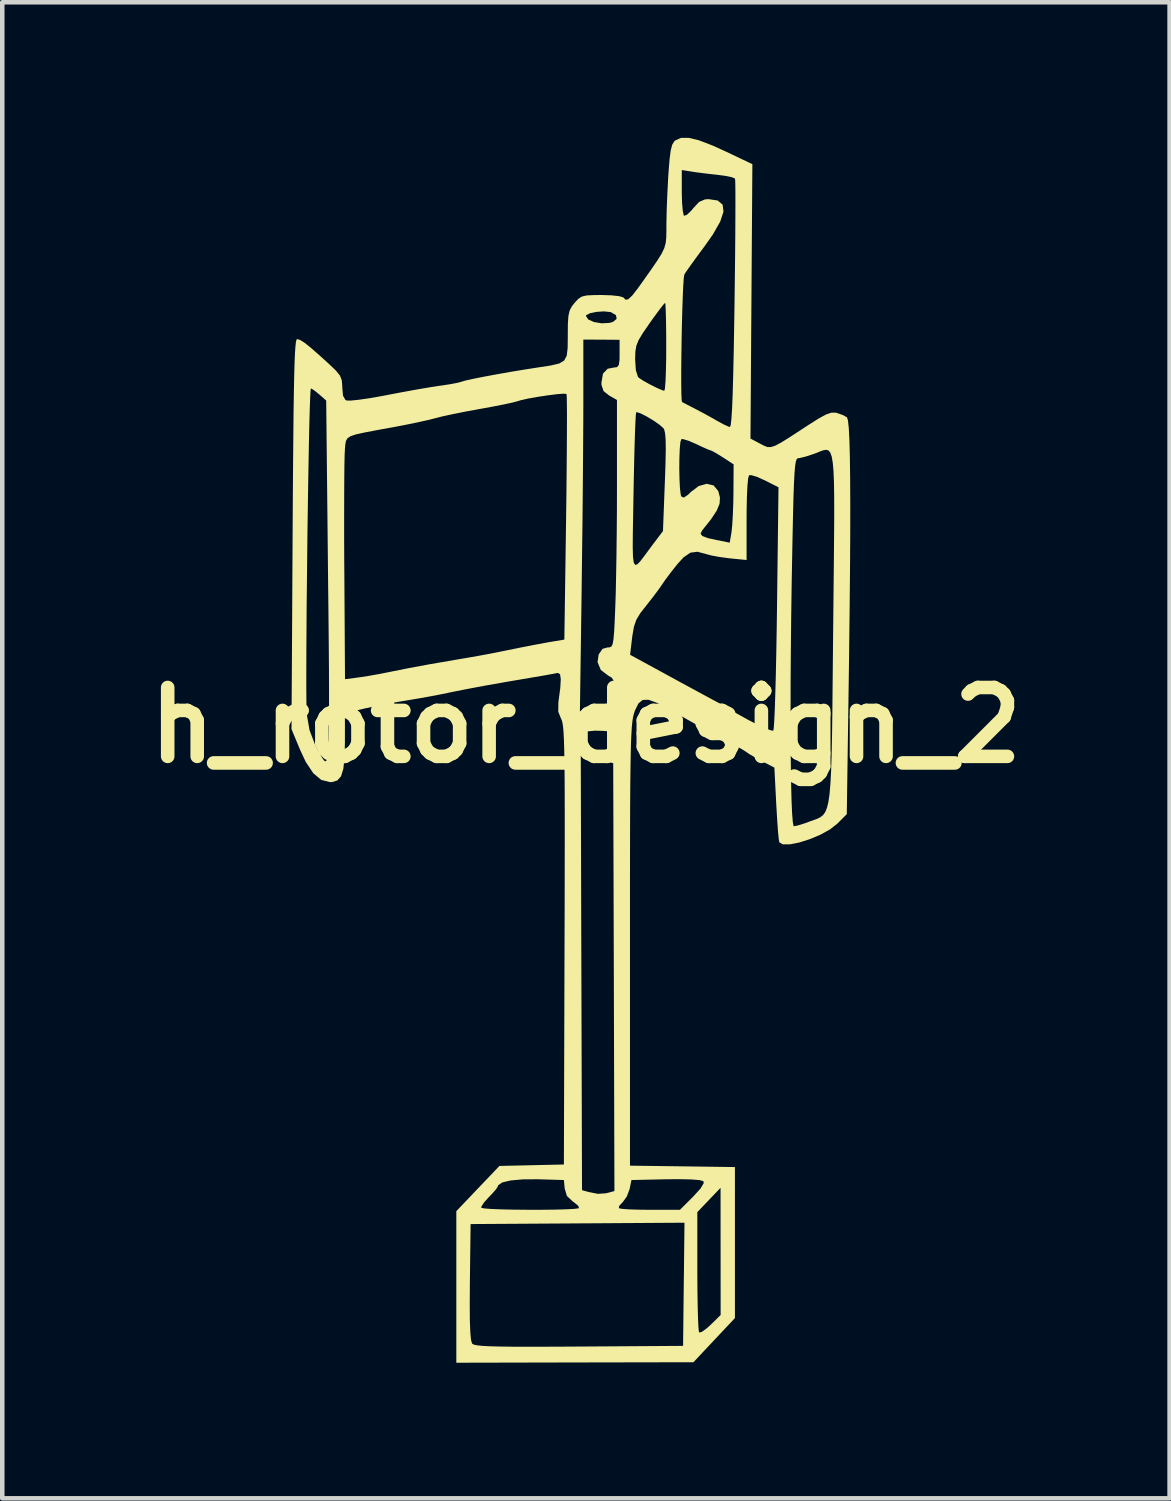
<source format=kicad_pcb>
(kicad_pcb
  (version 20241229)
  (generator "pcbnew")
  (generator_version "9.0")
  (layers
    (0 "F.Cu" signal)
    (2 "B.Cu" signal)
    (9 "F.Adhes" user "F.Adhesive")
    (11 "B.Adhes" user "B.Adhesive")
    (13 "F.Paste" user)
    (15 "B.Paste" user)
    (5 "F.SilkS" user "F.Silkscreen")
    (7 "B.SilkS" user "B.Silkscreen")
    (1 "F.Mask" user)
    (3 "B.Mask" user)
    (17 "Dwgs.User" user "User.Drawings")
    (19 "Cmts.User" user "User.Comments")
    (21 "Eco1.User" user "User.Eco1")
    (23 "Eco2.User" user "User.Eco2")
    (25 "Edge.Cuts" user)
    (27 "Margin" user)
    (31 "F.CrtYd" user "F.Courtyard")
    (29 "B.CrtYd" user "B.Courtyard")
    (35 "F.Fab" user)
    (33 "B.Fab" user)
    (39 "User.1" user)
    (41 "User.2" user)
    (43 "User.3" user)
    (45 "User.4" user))
  (footprint "h_rotor_design_2"
    (layer "F.Cu")
    (at 9.913 12.995)
    (property "Reference" "h_rotor_design_2" (at 0 0 0) (layer "F.SilkS") (effects (font (size 1.524 1.524) (thickness 0.3))))
    (attr board_only exclude_from_pos_files exclude_from_bom)
    (fp_poly (pts (xy 2.504 -12.94) (xy 2.803 -12.825) (xy 3.096 -12.692) (xy 3.683 -12.413) (xy 3.641 -6.342) (xy 3.858 -6.227) (xy 3.945 -6.182) (xy 4.017 -6.154) (xy 4.091 -6.153) (xy 4.185 -6.183) (xy 4.315 -6.251) (xy 4.499 -6.365) (xy 4.753 -6.531) (xy 4.918 -6.639) (xy 5.15 -6.786) (xy 5.314 -6.875) (xy 5.432 -6.915) (xy 5.526 -6.915) (xy 5.548 -6.91) (xy 5.691 -6.86) (xy 5.776 -6.811) (xy 5.798 -6.743) (xy 5.816 -6.575) (xy 5.83 -6.307) (xy 5.84 -5.936) (xy 5.846 -5.462) (xy 5.849 -4.882) (xy 5.848 -4.194) (xy 5.843 -3.399) (xy 5.834 -2.493) (xy 5.822 -1.475) (xy 5.81 -0.631) (xy 5.772 1.968) (xy 5.559 2.181) (xy 5.4 2.306) (xy 5.189 2.422) (xy 4.954 2.521) (xy 4.72 2.595) (xy 4.512 2.636) (xy 4.355 2.635) (xy 4.28 2.593) (xy 4.267 2.523) (xy 4.251 2.36) (xy 4.234 2.126) (xy 4.217 1.844) (xy 4.211 1.743) (xy 4.17 0.938) (xy 3.906 0.802) (xy 3.735 0.71) (xy 3.599 0.628) (xy 3.555 0.597) (xy 3.468 0.541) (xy 3.307 0.448) (xy 3.1 0.335) (xy 2.994 0.279) (xy 2.764 0.157) (xy 2.556 0.046) (xy 2.403 -0.037) (xy 2.363 -0.059) (xy 2.235 -0.131) (xy 2.048 -0.237) (xy 1.839 -0.355) (xy 1.829 -0.36) (xy 1.57 -0.496) (xy 1.385 -0.563) (xy 1.256 -0.559) (xy 1.163 -0.483) (xy 1.088 -0.332) (xy 1.074 -0.293) (xy 1.057 -0.237) (xy 1.041 -0.168) (xy 1.028 -0.08) (xy 1.016 0.035) (xy 1.007 0.185) (xy 0.998 0.377) (xy 0.992 0.619) (xy 0.987 0.919) (xy 0.982 1.283) (xy 0.979 1.72) (xy 0.977 2.237) (xy 0.976 2.841) (xy 0.975 3.541) (xy 0.975 4.343) (xy 0.975 4.866) (xy 0.975 9.745) (xy 2.136 9.76) (xy 3.297 9.776) (xy 3.297 13.117) (xy 2.379 14.094) (xy -0.244 14.099) (xy -2.867 14.105) (xy -2.867 12.793) (xy -2.57 12.793) (xy -2.568 13.158) (xy -2.558 13.423) (xy -2.543 13.594) (xy -2.52 13.678) (xy -2.516 13.682) (xy -2.483 13.703) (xy -2.412 13.719) (xy -2.295 13.732) (xy -2.121 13.741) (xy -1.881 13.747) (xy -1.564 13.751) (xy -1.161 13.751) (xy -0.661 13.75) (xy -0.15 13.747) (xy 2.15 13.732) (xy 2.165 12.37) (xy 2.169 12.085) (xy 2.465 12.085) (xy 2.467 12.462) (xy 2.472 12.8) (xy 2.479 13.083) (xy 2.488 13.293) (xy 2.499 13.414) (xy 2.505 13.437) (xy 2.564 13.423) (xy 2.673 13.344) (xy 2.763 13.263) (xy 2.981 13.049) (xy 2.98 11.642) (xy 2.979 10.235) (xy 2.722 10.504) (xy 2.465 10.773) (xy 2.465 12.085) (xy 2.169 12.085) (xy 2.181 11.007) (xy -0.185 11.022) (xy -2.551 11.037) (xy -2.567 12.32) (xy -2.57 12.793) (xy -2.867 12.793) (xy -2.867 10.751) (xy -2.796 10.677) (xy -2.315 10.677) (xy -2.251 10.691) (xy -2.095 10.703) (xy -1.869 10.712) (xy -1.594 10.718) (xy -1.293 10.721) (xy -0.987 10.721) (xy -0.7 10.718) (xy -0.452 10.711) (xy -0.266 10.702) (xy -0.164 10.689) (xy -0.158 10.686) (xy 0.729 10.686) (xy 0.797 10.7) (xy 0.956 10.712) (xy 1.18 10.719) (xy 1.422 10.722) (xy 2.08 10.722) (xy 2.369 10.434) (xy 2.535 10.252) (xy 2.606 10.133) (xy 2.6 10.088) (xy 2.519 10.065) (xy 2.341 10.05) (xy 2.081 10.044) (xy 1.775 10.046) (xy 1.008 10.063) (xy 0.967 10.262) (xy 0.906 10.426) (xy 0.815 10.552) (xy 0.81 10.556) (xy 0.735 10.637) (xy 0.729 10.686) (xy -0.158 10.686) (xy -0.153 10.684) (xy -0.17 10.633) (xy -0.262 10.557) (xy -0.283 10.544) (xy -0.42 10.416) (xy -0.469 10.252) (xy -0.487 10.063) (xy -1.058 10.046) (xy -1.394 10.048) (xy -1.663 10.072) (xy -1.85 10.116) (xy -1.942 10.179) (xy -1.949 10.205) (xy -1.987 10.266) (xy -2.083 10.375) (xy -2.146 10.439) (xy -2.255 10.56) (xy -2.313 10.651) (xy -2.315 10.677) (xy -2.796 10.677) (xy -2.39 10.251) (xy -1.913 9.751) (xy -0.487 9.719) (xy -0.473 4.858) (xy -0.47 3.993) (xy -0.469 3.235) (xy -0.468 2.577) (xy -0.468 2.012) (xy -0.469 1.533) (xy -0.471 1.132) (xy -0.475 0.801) (xy -0.48 0.535) (xy -0.486 0.325) (xy -0.494 0.174) (xy -0.115 0.174) (xy -0.101 5.231) (xy -0.086 10.287) (xy 0.057 10.327) (xy 0.263 10.368) (xy 0.437 10.357) (xy 0.502 10.342) (xy 0.631 10.307) (xy 0.617 5.225) (xy 0.602 0.143) (xy 0.378 0.125) (xy 0.194 0.121) (xy 0.036 0.137) (xy 0.019 0.141) (xy -0.115 0.174) (xy -0.494 0.174) (xy -0.494 0.164) (xy -0.504 0.044) (xy -0.516 -0.04) (xy -0.53 -0.098) (xy -0.545 -0.136) (xy -0.55 -0.144) (xy -0.604 -0.281) (xy -0.133 -0.281) (xy 0.234 -0.298) (xy 0.602 -0.315) (xy 0.619 -0.674) (xy 0.625 -0.872) (xy 0.612 -0.988) (xy 0.571 -1.052) (xy 0.496 -1.096) (xy 0.33 -1.222) (xy 0.258 -1.394) (xy 0.281 -1.558) (xy 0.978 -1.558) (xy 1.794 -1.113) (xy 2.087 -0.953) (xy 2.36 -0.805) (xy 2.59 -0.68) (xy 2.755 -0.591) (xy 2.809 -0.562) (xy 2.963 -0.48) (xy 3.082 -0.412) (xy 3.096 -0.403) (xy 3.344 -0.255) (xy 3.591 -0.118) (xy 3.815 -0.003) (xy 3.997 0.08) (xy 4.115 0.12) (xy 4.147 0.119) (xy 4.157 0.053) (xy 4.168 -0.115) (xy 4.177 -0.308) (xy 4.528 -0.308) (xy 4.529 0.288) (xy 4.533 0.819) (xy 4.54 1.278) (xy 4.549 1.656) (xy 4.562 1.947) (xy 4.577 2.141) (xy 4.595 2.231) (xy 4.601 2.236) (xy 4.693 2.217) (xy 4.849 2.168) (xy 4.951 2.13) (xy 5.043 2.098) (xy 5.122 2.068) (xy 5.189 2.035) (xy 5.247 1.989) (xy 5.295 1.922) (xy 5.334 1.826) (xy 5.366 1.694) (xy 5.391 1.516) (xy 5.41 1.286) (xy 5.426 0.994) (xy 5.437 0.633) (xy 5.446 0.195) (xy 5.453 -0.328) (xy 5.459 -0.945) (xy 5.466 -1.663) (xy 5.471 -2.165) (xy 5.479 -2.943) (xy 5.486 -3.614) (xy 5.491 -4.185) (xy 5.494 -4.664) (xy 5.493 -5.059) (xy 5.488 -5.377) (xy 5.478 -5.625) (xy 5.461 -5.812) (xy 5.438 -5.945) (xy 5.407 -6.031) (xy 5.368 -6.078) (xy 5.319 -6.093) (xy 5.26 -6.085) (xy 5.189 -6.06) (xy 5.107 -6.026) (xy 5.042 -6.002) (xy 4.868 -5.945) (xy 4.73 -5.911) (xy 4.689 -5.906) (xy 4.666 -5.891) (xy 4.646 -5.84) (xy 4.63 -5.743) (xy 4.616 -5.588) (xy 4.604 -5.365) (xy 4.593 -5.063) (xy 4.583 -4.672) (xy 4.572 -4.181) (xy 4.568 -3.971) (xy 4.553 -3.173) (xy 4.542 -2.4) (xy 4.534 -1.66) (xy 4.529 -0.959) (xy 4.528 -0.308) (xy 4.177 -0.308) (xy 4.18 -0.375) (xy 4.191 -0.716) (xy 4.202 -1.125) (xy 4.212 -1.59) (xy 4.221 -2.102) (xy 4.228 -2.597) (xy 4.261 -5.264) (xy 3.963 -5.415) (xy 3.793 -5.491) (xy 3.663 -5.532) (xy 3.61 -5.532) (xy 3.59 -5.464) (xy 3.574 -5.3) (xy 3.562 -5.055) (xy 3.556 -4.749) (xy 3.555 -4.576) (xy 3.555 -3.654) (xy 3.182 -3.692) (xy 2.962 -3.721) (xy 2.768 -3.757) (xy 2.662 -3.786) (xy 2.467 -3.838) (xy 2.31 -3.817) (xy 2.159 -3.712) (xy 2.028 -3.569) (xy 1.886 -3.39) (xy 1.757 -3.218) (xy 1.695 -3.127) (xy 1.601 -2.992) (xy 1.465 -2.812) (xy 1.339 -2.652) (xy 1.202 -2.477) (xy 1.116 -2.334) (xy 1.063 -2.182) (xy 1.028 -1.981) (xy 1.009 -1.826) (xy 0.978 -1.558) (xy 0.281 -1.558) (xy 0.282 -1.565) (xy 0.368 -1.69) (xy 0.477 -1.72) (xy 0.528 -1.723) (xy 0.565 -1.743) (xy 0.592 -1.796) (xy 0.61 -1.9) (xy 0.625 -2.07) (xy 0.638 -2.324) (xy 0.65 -2.623) (xy 0.66 -2.917) (xy 0.668 -3.301) (xy 0.676 -3.751) (xy 0.678 -3.946) (xy 1.036 -3.946) (xy 1.041 -3.734) (xy 1.057 -3.605) (xy 1.087 -3.548) (xy 1.134 -3.557) (xy 1.2 -3.623) (xy 1.288 -3.738) (xy 1.402 -3.893) (xy 1.469 -3.983) (xy 1.705 -4.295) (xy 1.747 -5.388) (xy 1.757 -5.668) (xy 2.066 -5.668) (xy 2.071 -5.436) (xy 2.081 -5.237) (xy 2.098 -5.1) (xy 2.111 -5.06) (xy 2.166 -5.036) (xy 2.259 -5.098) (xy 2.322 -5.16) (xy 2.497 -5.292) (xy 2.673 -5.341) (xy 2.824 -5.306) (xy 2.925 -5.186) (xy 2.929 -5.177) (xy 2.966 -5.036) (xy 2.957 -4.899) (xy 2.893 -4.745) (xy 2.766 -4.553) (xy 2.573 -4.311) (xy 2.537 -4.24) (xy 2.574 -4.187) (xy 2.698 -4.14) (xy 2.885 -4.098) (xy 3.182 -4.039) (xy 3.221 -4.27) (xy 3.237 -4.424) (xy 3.251 -4.657) (xy 3.261 -4.934) (xy 3.264 -5.136) (xy 3.268 -5.771) (xy 3.034 -5.924) (xy 2.89 -6.014) (xy 2.787 -6.07) (xy 2.761 -6.079) (xy 2.693 -6.104) (xy 2.556 -6.165) (xy 2.441 -6.22) (xy 2.276 -6.291) (xy 2.153 -6.329) (xy 2.111 -6.329) (xy 2.09 -6.262) (xy 2.076 -6.11) (xy 2.068 -5.902) (xy 2.066 -5.668) (xy 1.757 -5.668) (xy 1.761 -5.793) (xy 1.767 -6.097) (xy 1.764 -6.314) (xy 1.752 -6.458) (xy 1.732 -6.543) (xy 1.716 -6.57) (xy 1.627 -6.649) (xy 1.49 -6.744) (xy 1.339 -6.834) (xy 1.205 -6.901) (xy 1.122 -6.926) (xy 1.112 -6.922) (xy 1.104 -6.86) (xy 1.095 -6.697) (xy 1.085 -6.448) (xy 1.075 -6.127) (xy 1.066 -5.748) (xy 1.057 -5.326) (xy 1.054 -5.152) (xy 1.045 -4.647) (xy 1.038 -4.247) (xy 1.036 -3.946) (xy 0.678 -3.946) (xy 0.682 -4.244) (xy 0.686 -4.756) (xy 0.687 -5.261) (xy 0.687 -5.361) (xy 0.687 -7.196) (xy 0.516 -7.293) (xy 0.391 -7.392) (xy 0.346 -7.523) (xy 0.344 -7.583) (xy 0.378 -7.78) (xy 0.482 -7.887) (xy 0.613 -7.912) (xy 0.69 -7.923) (xy 0.729 -7.972) (xy 0.744 -8.089) (xy 0.744 -8.097) (xy 1.089 -8.097) (xy 1.105 -7.854) (xy 1.15 -7.711) (xy 1.169 -7.688) (xy 1.268 -7.622) (xy 1.416 -7.54) (xy 1.572 -7.462) (xy 1.695 -7.409) (xy 1.734 -7.399) (xy 1.749 -7.452) (xy 1.757 -7.561) (xy 2.109 -7.561) (xy 2.112 -7.338) (xy 2.118 -7.196) (xy 2.127 -7.151) (xy 2.187 -7.119) (xy 2.316 -7.052) (xy 2.408 -7.005) (xy 2.62 -6.893) (xy 2.837 -6.773) (xy 2.895 -6.739) (xy 3.046 -6.656) (xy 3.159 -6.605) (xy 3.187 -6.598) (xy 3.204 -6.641) (xy 3.219 -6.774) (xy 3.234 -7.001) (xy 3.247 -7.326) (xy 3.259 -7.753) (xy 3.271 -8.285) (xy 3.282 -8.926) (xy 3.288 -9.321) (xy 3.295 -9.87) (xy 3.301 -10.384) (xy 3.305 -10.852) (xy 3.307 -11.261) (xy 3.308 -11.602) (xy 3.307 -11.862) (xy 3.304 -12.03) (xy 3.299 -12.094) (xy 3.299 -12.094) (xy 3.232 -12.123) (xy 3.084 -12.154) (xy 2.911 -12.177) (xy 2.678 -12.203) (xy 2.456 -12.231) (xy 2.336 -12.249) (xy 2.121 -12.283) (xy 2.121 -11.792) (xy 2.127 -11.566) (xy 2.142 -11.388) (xy 2.163 -11.284) (xy 2.172 -11.271) (xy 2.234 -11.292) (xy 2.331 -11.384) (xy 2.376 -11.439) (xy 2.504 -11.577) (xy 2.633 -11.633) (xy 2.715 -11.639) (xy 2.916 -11.609) (xy 3.025 -11.517) (xy 3.044 -11.363) (xy 2.972 -11.143) (xy 2.809 -10.857) (xy 2.633 -10.607) (xy 2.469 -10.385) (xy 2.328 -10.191) (xy 2.225 -10.045) (xy 2.178 -9.974) (xy 2.166 -9.899) (xy 2.154 -9.731) (xy 2.143 -9.489) (xy 2.133 -9.192) (xy 2.124 -8.86) (xy 2.117 -8.512) (xy 2.112 -8.166) (xy 2.109 -7.843) (xy 2.109 -7.561) (xy 1.757 -7.561) (xy 1.761 -7.602) (xy 1.77 -7.829) (xy 1.776 -8.115) (xy 1.777 -8.371) (xy 1.776 -8.691) (xy 1.772 -8.967) (xy 1.766 -9.18) (xy 1.759 -9.312) (xy 1.753 -9.346) (xy 1.711 -9.302) (xy 1.62 -9.184) (xy 1.494 -9.013) (xy 1.409 -8.893) (xy 1.26 -8.677) (xy 1.166 -8.521) (xy 1.115 -8.393) (xy 1.094 -8.262) (xy 1.089 -8.097) (xy 0.744 -8.097) (xy 0.745 -8.22) (xy 0.745 -8.527) (xy 0.344 -8.53) (xy -0.057 -8.532) (xy -0.057 -7.085) (xy -0.058 -6.711) (xy -0.061 -6.243) (xy -0.065 -5.702) (xy -0.07 -5.109) (xy -0.076 -4.486) (xy -0.084 -3.852) (xy -0.092 -3.23) (xy -0.095 -2.959) (xy -0.133 -0.281) (xy -0.604 -0.281) (xy -0.612 -0.3) (xy -0.609 -0.506) (xy -0.606 -0.53) (xy -0.567 -0.824) (xy -0.556 -1.019) (xy -0.572 -1.126) (xy -0.618 -1.157) (xy -0.631 -1.155) (xy -0.725 -1.137) (xy -0.9 -1.105) (xy -1.12 -1.067) (xy -1.175 -1.058) (xy -1.775 -0.956) (xy -2.272 -0.868) (xy -2.68 -0.791) (xy -3.009 -0.725) (xy -3.067 -0.712) (xy -3.322 -0.661) (xy -3.631 -0.604) (xy -3.934 -0.553) (xy -3.985 -0.545) (xy -4.283 -0.495) (xy -4.601 -0.433) (xy -4.878 -0.374) (xy -4.917 -0.365) (xy -5.332 -0.264) (xy -5.332 0.371) (xy -5.34 0.719) (xy -5.367 0.967) (xy -5.418 1.13) (xy -5.499 1.222) (xy -5.615 1.258) (xy -5.665 1.259) (xy -5.856 1.21) (xy -6.032 1.062) (xy -6.199 0.811) (xy -6.324 0.543) (xy -6.514 0.086) (xy -6.506 -1.18) (xy -6.186 -1.18) (xy -6.186 -0.818) (xy -6.184 -0.529) (xy -6.18 -0.326) (xy -6.175 -0.237) (xy -6.115 0.11) (xy -5.985 0.45) (xy -5.828 0.732) (xy -5.796 0.778) (xy -5.769 0.799) (xy -5.745 0.79) (xy -5.726 0.743) (xy -5.711 0.651) (xy -5.699 0.506) (xy -5.69 0.301) (xy -5.685 0.03) (xy -5.683 -0.314) (xy -5.683 -0.74) (xy -5.685 -1.253) (xy -5.69 -1.861) (xy -5.697 -2.572) (xy -5.704 -3.19) (xy -5.719 -4.642) (xy -5.349 -4.642) (xy -5.349 -4.158) (xy -5.347 -3.641) (xy -5.345 -3.419) (xy -5.33 -1.018) (xy -5.03 -1.057) (xy -4.811 -1.09) (xy -4.544 -1.138) (xy -4.329 -1.181) (xy -3.941 -1.259) (xy -3.46 -1.348) (xy -2.903 -1.444) (xy -2.609 -1.494) (xy -2.369 -1.536) (xy -2.083 -1.589) (xy -1.835 -1.639) (xy -1.421 -1.723) (xy -1.097 -1.786) (xy -0.844 -1.833) (xy -0.683 -1.86) (xy -0.477 -1.894) (xy -0.438 -4.596) (xy -0.431 -5.142) (xy -0.426 -5.652) (xy -0.422 -6.115) (xy -0.42 -6.52) (xy -0.419 -6.855) (xy -0.421 -7.109) (xy -0.424 -7.271) (xy -0.429 -7.329) (xy -0.497 -7.335) (xy -0.646 -7.323) (xy -0.845 -7.298) (xy -1.064 -7.265) (xy -1.272 -7.228) (xy -1.438 -7.191) (xy -1.511 -7.169) (xy -1.613 -7.141) (xy -1.802 -7.1) (xy -2.051 -7.051) (xy -2.334 -6.999) (xy -2.351 -6.996) (xy -2.652 -6.941) (xy -2.937 -6.884) (xy -3.174 -6.833) (xy -3.326 -6.794) (xy -3.486 -6.753) (xy -3.726 -6.7) (xy -4.01 -6.642) (xy -4.272 -6.592) (xy -4.636 -6.526) (xy -4.903 -6.475) (xy -5.088 -6.434) (xy -5.207 -6.394) (xy -5.276 -6.348) (xy -5.309 -6.29) (xy -5.323 -6.212) (xy -5.332 -6.107) (xy -5.332 -6.103) (xy -5.338 -5.985) (xy -5.343 -5.766) (xy -5.346 -5.46) (xy -5.348 -5.081) (xy -5.349 -4.642) (xy -5.719 -4.642) (xy -5.746 -7.183) (xy -5.898 -7.317) (xy -6.008 -7.406) (xy -6.08 -7.451) (xy -6.085 -7.452) (xy -6.093 -7.397) (xy -6.101 -7.239) (xy -6.11 -6.99) (xy -6.119 -6.662) (xy -6.128 -6.266) (xy -6.136 -5.814) (xy -6.145 -5.318) (xy -6.153 -4.79) (xy -6.161 -4.242) (xy -6.167 -3.684) (xy -6.173 -3.13) (xy -6.179 -2.591) (xy -6.182 -2.078) (xy -6.185 -1.604) (xy -6.186 -1.18) (xy -6.506 -1.18) (xy -6.489 -4.229) (xy -6.484 -5.06) (xy -6.479 -5.784) (xy -6.473 -6.406) (xy -6.468 -6.934) (xy -6.461 -7.374) (xy -6.454 -7.732) (xy -6.446 -8.015) (xy -6.437 -8.23) (xy -6.426 -8.384) (xy -6.415 -8.482) (xy -6.401 -8.533) (xy -6.391 -8.543) (xy -6.329 -8.526) (xy -6.235 -8.469) (xy -6.097 -8.36) (xy -5.901 -8.189) (xy -5.697 -8.004) (xy -5.536 -7.851) (xy -5.443 -7.738) (xy -5.401 -7.632) (xy -5.39 -7.502) (xy -5.39 -7.472) (xy -5.374 -7.291) (xy -5.322 -7.199) (xy -5.294 -7.184) (xy -5.206 -7.182) (xy -5.028 -7.2) (xy -4.786 -7.235) (xy -4.501 -7.285) (xy -4.42 -7.301) (xy -4.089 -7.364) (xy -3.755 -7.425) (xy -3.456 -7.476) (xy -3.229 -7.511) (xy -3.218 -7.512) (xy -3.006 -7.544) (xy -2.839 -7.576) (xy -2.748 -7.6) (xy -2.744 -7.602) (xy -2.667 -7.625) (xy -2.498 -7.663) (xy -2.26 -7.71) (xy -1.975 -7.763) (xy -1.664 -7.818) (xy -1.349 -7.87) (xy -1.061 -7.915) (xy -0.78 -7.958) (xy -0.592 -8.002) (xy -0.48 -8.068) (xy -0.424 -8.176) (xy -0.404 -8.345) (xy -0.401 -8.598) (xy -0.401 -8.623) (xy -0.399 -8.882) (xy -0.387 -9.056) (xy 0 -9.056) (xy 0.051 -8.977) (xy 0.179 -8.92) (xy 0.348 -8.892) (xy 0.52 -8.901) (xy 0.597 -8.922) (xy 0.68 -8.99) (xy 0.665 -9.072) (xy 0.559 -9.136) (xy 0.541 -9.141) (xy 0.4 -9.156) (xy 0.238 -9.145) (xy 0.094 -9.116) (xy 0.009 -9.074) (xy 0 -9.056) (xy -0.387 -9.056) (xy -0.387 -9.056) (xy -0.36 -9.174) (xy -0.312 -9.266) (xy -0.253 -9.341) (xy -0.172 -9.43) (xy -0.092 -9.483) (xy 0.019 -9.509) (xy 0.192 -9.517) (xy 0.346 -9.518) (xy 0.562 -9.511) (xy 0.732 -9.493) (xy 0.824 -9.467) (xy 0.831 -9.46) (xy 0.879 -9.413) (xy 0.94 -9.426) (xy 1.028 -9.51) (xy 1.156 -9.675) (xy 1.238 -9.79) (xy 1.436 -10.07) (xy 1.578 -10.277) (xy 1.675 -10.432) (xy 1.734 -10.556) (xy 1.766 -10.671) (xy 1.778 -10.798) (xy 1.781 -10.96) (xy 1.781 -11.088) (xy 1.787 -11.385) (xy 1.801 -11.737) (xy 1.819 -12.088) (xy 1.828 -12.235) (xy 1.851 -12.521) (xy 1.876 -12.715) (xy 1.908 -12.839) (xy 1.951 -12.913) (xy 1.982 -12.941) (xy 2.106 -12.995) (xy 2.276 -12.995)) (stroke (width 0) (type solid)) (fill yes) (layer "F.SilkS")))
  (gr_rect
    (start -3 -3)
    (end 22.827 30.1)
    (stroke (width 0.1) (type default))
    (fill no)
    (layer "Edge.Cuts")))
</source>
